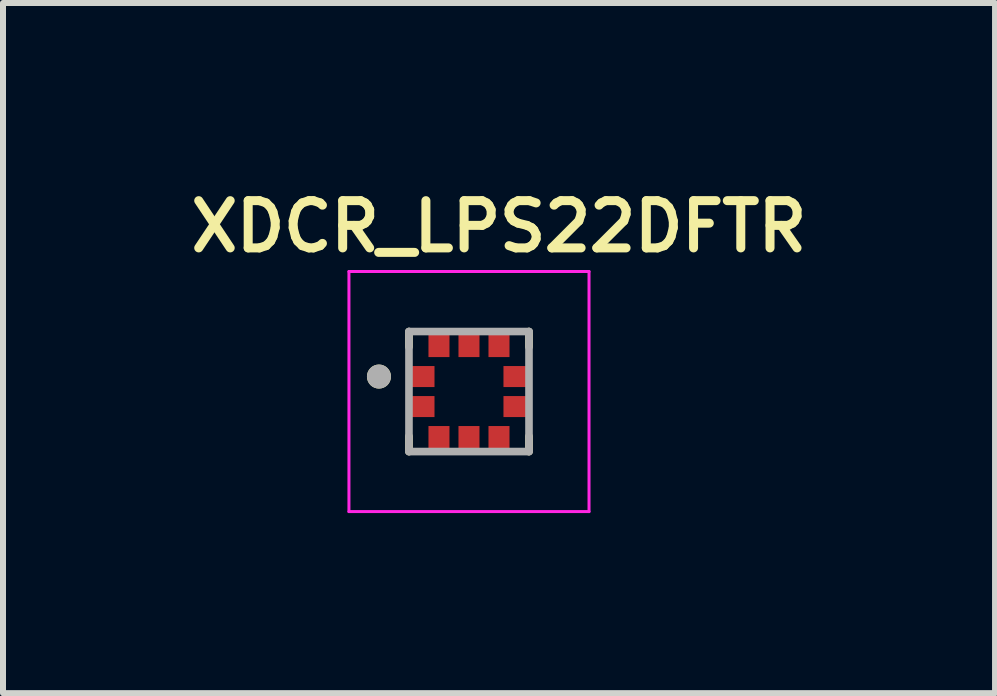
<source format=kicad_pcb>
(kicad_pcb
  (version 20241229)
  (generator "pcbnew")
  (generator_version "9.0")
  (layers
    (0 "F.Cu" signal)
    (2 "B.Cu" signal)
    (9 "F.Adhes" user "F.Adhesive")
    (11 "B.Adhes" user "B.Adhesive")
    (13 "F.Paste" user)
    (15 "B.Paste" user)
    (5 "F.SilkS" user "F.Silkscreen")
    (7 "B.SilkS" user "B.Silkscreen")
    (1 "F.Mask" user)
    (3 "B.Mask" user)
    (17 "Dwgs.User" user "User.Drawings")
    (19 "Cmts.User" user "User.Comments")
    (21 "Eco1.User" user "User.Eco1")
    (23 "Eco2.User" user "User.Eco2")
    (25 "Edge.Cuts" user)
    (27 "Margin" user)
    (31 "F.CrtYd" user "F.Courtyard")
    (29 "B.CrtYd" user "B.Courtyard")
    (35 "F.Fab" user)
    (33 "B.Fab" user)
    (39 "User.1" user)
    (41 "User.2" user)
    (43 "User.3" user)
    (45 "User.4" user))
  (footprint "XDCR_LPS22DFTR"
    (layer "F.Cu")
    (at 4.764 3.474)
    (property "Reference" "XDCR_LPS22DFTR" (at 0.5 -2.75 0) (layer "F.SilkS") (effects (font (size 0.787 0.787) (thickness 0.15))))
    (attr smd)
    (fp_poly (pts (xy -1 -0.475) (xy -0.525 -0.475) (xy -0.525 -0.025) (xy -1 -0.025)) (stroke (width 0.01) (type solid)) (fill yes) (layer "F.Mask"))
    (fp_poly (pts (xy -1 0.025) (xy -0.525 0.025) (xy -0.525 0.475) (xy -1 0.475)) (stroke (width 0.01) (type solid)) (fill yes) (layer "F.Mask"))
    (fp_poly (pts (xy -0.725 -1) (xy -0.275 -1) (xy -0.275 -0.525) (xy -0.725 -0.525)) (stroke (width 0.01) (type solid)) (fill yes) (layer "F.Mask"))
    (fp_poly (pts (xy -0.725 0.525) (xy -0.275 0.525) (xy -0.275 1) (xy -0.725 1)) (stroke (width 0.01) (type solid)) (fill yes) (layer "F.Mask"))
    (fp_poly (pts (xy -0.225 -1) (xy 0.225 -1) (xy 0.225 -0.525) (xy -0.225 -0.525)) (stroke (width 0.01) (type solid)) (fill yes) (layer "F.Mask"))
    (fp_poly (pts (xy -0.225 0.525) (xy 0.225 0.525) (xy 0.225 1) (xy -0.225 1)) (stroke (width 0.01) (type solid)) (fill yes) (layer "F.Mask"))
    (fp_poly (pts (xy 0.275 -1) (xy 0.725 -1) (xy 0.725 -0.525) (xy 0.275 -0.525)) (stroke (width 0.01) (type solid)) (fill yes) (layer "F.Mask"))
    (fp_poly (pts (xy 0.275 0.525) (xy 0.725 0.525) (xy 0.725 1) (xy 0.275 1)) (stroke (width 0.01) (type solid)) (fill yes) (layer "F.Mask"))
    (fp_poly (pts (xy 0.525 -0.475) (xy 1 -0.475) (xy 1 -0.025) (xy 0.525 -0.025)) (stroke (width 0.01) (type solid)) (fill yes) (layer "F.Mask"))
    (fp_poly (pts (xy 0.525 0.025) (xy 1 0.025) (xy 1 0.475) (xy 0.525 0.475)) (stroke (width 0.01) (type solid)) (fill yes) (layer "F.Mask"))
    (fp_line (start -1 -0.745) (end -1 -1) (stroke (width 0.127) (type solid)) (layer "F.SilkS"))
    (fp_line (start -1 1) (end -1 0.745) (stroke (width 0.127) (type solid)) (layer "F.SilkS"))
    (fp_line (start 1 -1) (end 1 -0.745) (stroke (width 0.127) (type solid)) (layer "F.SilkS"))
    (fp_line (start 1 1) (end 1 0.745) (stroke (width 0.127) (type solid)) (layer "F.SilkS"))
    (fp_circle (center -1.5 -0.25) (end -1.4 -0.25) (stroke (width 0.2) (type solid)) (fill no) (layer "F.SilkS"))
    (fp_poly (pts (xy -0.93 -0.407) (xy -0.595 -0.407) (xy -0.595 -0.093) (xy -0.93 -0.093)) (stroke (width 0.01) (type solid)) (fill yes) (layer "F.Paste"))
    (fp_poly (pts (xy -0.93 0.093) (xy -0.595 0.093) (xy -0.595 0.407) (xy -0.93 0.407)) (stroke (width 0.01) (type solid)) (fill yes) (layer "F.Paste"))
    (fp_poly (pts (xy -0.657 -0.93) (xy -0.343 -0.93) (xy -0.343 -0.595) (xy -0.657 -0.595)) (stroke (width 0.01) (type solid)) (fill yes) (layer "F.Paste"))
    (fp_poly (pts (xy -0.657 0.595) (xy -0.343 0.595) (xy -0.343 0.93) (xy -0.657 0.93)) (stroke (width 0.01) (type solid)) (fill yes) (layer "F.Paste"))
    (fp_poly (pts (xy -0.157 -0.93) (xy 0.157 -0.93) (xy 0.157 -0.595) (xy -0.157 -0.595)) (stroke (width 0.01) (type solid)) (fill yes) (layer "F.Paste"))
    (fp_poly (pts (xy -0.157 0.595) (xy 0.157 0.595) (xy 0.157 0.93) (xy -0.157 0.93)) (stroke (width 0.01) (type solid)) (fill yes) (layer "F.Paste"))
    (fp_poly (pts (xy 0.343 -0.93) (xy 0.657 -0.93) (xy 0.657 -0.595) (xy 0.343 -0.595)) (stroke (width 0.01) (type solid)) (fill yes) (layer "F.Paste"))
    (fp_poly (pts (xy 0.343 0.595) (xy 0.657 0.595) (xy 0.657 0.93) (xy 0.343 0.93)) (stroke (width 0.01) (type solid)) (fill yes) (layer "F.Paste"))
    (fp_poly (pts (xy 0.595 -0.407) (xy 0.93 -0.407) (xy 0.93 -0.093) (xy 0.595 -0.093)) (stroke (width 0.01) (type solid)) (fill yes) (layer "F.Paste"))
    (fp_poly (pts (xy 0.595 0.093) (xy 0.93 0.093) (xy 0.93 0.407) (xy 0.595 0.407)) (stroke (width 0.01) (type solid)) (fill yes) (layer "F.Paste"))
    (fp_line (start -2 -2) (end -2 2) (stroke (width 0.05) (type solid)) (layer "F.CrtYd"))
    (fp_line (start -2 2) (end 2 2) (stroke (width 0.05) (type solid)) (layer "F.CrtYd"))
    (fp_line (start 2 -2) (end -2 -2) (stroke (width 0.05) (type solid)) (layer "F.CrtYd"))
    (fp_line (start 2 2) (end 2 -2) (stroke (width 0.05) (type solid)) (layer "F.CrtYd"))
    (fp_line (start -1 -1) (end 1 -1) (stroke (width 0.127) (type solid)) (layer "F.Fab"))
    (fp_line (start -1 1) (end -1 -1) (stroke (width 0.127) (type solid)) (layer "F.Fab"))
    (fp_line (start 1 -1) (end 1 1) (stroke (width 0.127) (type solid)) (layer "F.Fab"))
    (fp_line (start 1 1) (end -1 1) (stroke (width 0.127) (type solid)) (layer "F.Fab"))
    (fp_circle (center -1.5 -0.25) (end -1.4 -0.25) (stroke (width 0.2) (type solid)) (fill no) (layer "F.Fab"))
    (pad "1" smd rect (at -0.762 -0.25) (size 0.375 0.35) (layers "F.Cu"))
    (pad "2" smd rect (at -0.762 0.25) (size 0.375 0.35) (layers "F.Cu"))
    (pad "3" smd rect (at -0.5 0.762) (size 0.35 0.375) (layers "F.Cu"))
    (pad "4" smd rect (at 0 0.762) (size 0.35 0.375) (layers "F.Cu"))
    (pad "5" smd rect (at 0.5 0.762) (size 0.35 0.375) (layers "F.Cu"))
    (pad "6" smd rect (at 0.762 0.25) (size 0.375 0.35) (layers "F.Cu"))
    (pad "7" smd rect (at 0.762 -0.25) (size 0.375 0.35) (layers "F.Cu"))
    (pad "8" smd rect (at 0.5 -0.762) (size 0.35 0.375) (layers "F.Cu"))
    (pad "9" smd rect (at 0 -0.762) (size 0.35 0.375) (layers "F.Cu"))
    (pad "10" smd rect (at -0.5 -0.762) (size 0.35 0.375) (layers "F.Cu")))
  (gr_rect
    (start -3 -3)
    (end 13.529 8.499)
    (stroke (width 0.1) (type default))
    (fill no)
    (layer "Edge.Cuts")))
</source>
